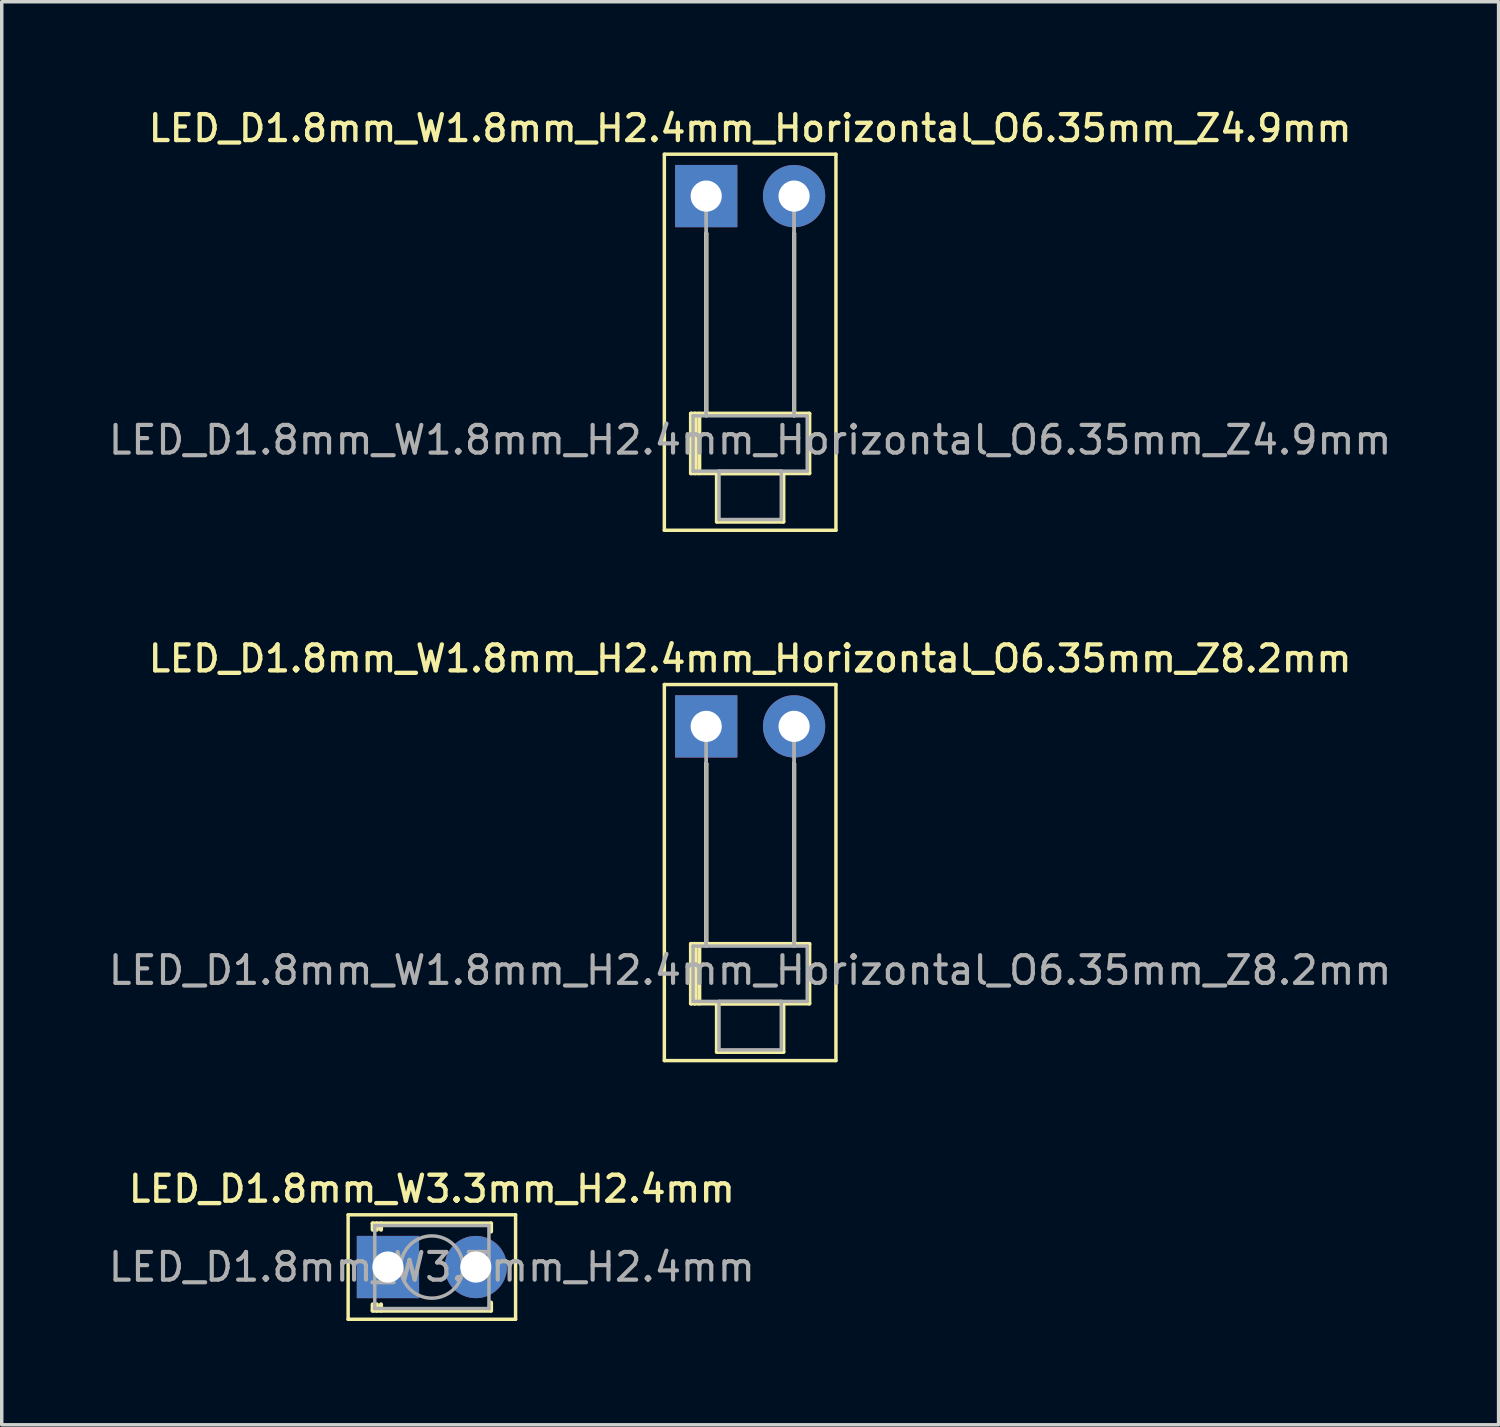
<source format=kicad_pcb>
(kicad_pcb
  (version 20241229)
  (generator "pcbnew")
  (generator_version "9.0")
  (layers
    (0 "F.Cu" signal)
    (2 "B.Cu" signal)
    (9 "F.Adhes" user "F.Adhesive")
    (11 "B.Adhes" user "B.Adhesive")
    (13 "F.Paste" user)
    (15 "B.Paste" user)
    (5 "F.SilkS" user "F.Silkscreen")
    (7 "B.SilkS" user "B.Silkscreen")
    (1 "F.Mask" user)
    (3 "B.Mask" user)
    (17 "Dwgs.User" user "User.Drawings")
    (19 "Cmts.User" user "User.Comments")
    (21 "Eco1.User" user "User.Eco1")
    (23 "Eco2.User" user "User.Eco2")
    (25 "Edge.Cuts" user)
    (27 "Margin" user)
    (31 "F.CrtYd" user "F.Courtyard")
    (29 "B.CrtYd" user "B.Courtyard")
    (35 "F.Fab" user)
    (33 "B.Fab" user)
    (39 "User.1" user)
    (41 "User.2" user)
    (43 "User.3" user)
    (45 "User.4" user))
  (footprint "LED_D1.8mm_W1.8mm_H2.4mm_Horizontal_O6.35mm_Z8.2mm"
    (layer "F.Cu")
    (at 17.363 17.946)
    (property "Reference" "LED_D1.8mm_W1.8mm_H2.4mm_Horizontal_O6.35mm_Z8.2mm" (at 1.27 -1.96 0) (layer "F.SilkS") (effects (font (size 0.75 0.75) (thickness 0.125))))
    (attr through_hole)
    (fp_line (start -1.21 -1.21) (end -1.21 9.66) (stroke (width 0.1) (type solid)) (layer "F.SilkS"))
    (fp_line (start -1.21 9.66) (end 3.75 9.66) (stroke (width 0.1) (type solid)) (layer "F.SilkS"))
    (fp_line (start -0.44 6.29) (end -0.44 8.01) (stroke (width 0.12) (type solid)) (layer "F.SilkS"))
    (fp_line (start -0.44 8.01) (end 2.98 8.01) (stroke (width 0.12) (type solid)) (layer "F.SilkS"))
    (fp_line (start -0.32 6.29) (end -0.32 8.01) (stroke (width 0.12) (type solid)) (layer "F.SilkS"))
    (fp_line (start -0.2 6.29) (end -0.2 8.01) (stroke (width 0.12) (type solid)) (layer "F.SilkS"))
    (fp_line (start 0 1.08) (end 0 1.08) (stroke (width 0.12) (type solid)) (layer "F.SilkS"))
    (fp_line (start 0 1.08) (end 0 6.29) (stroke (width 0.12) (type solid)) (layer "F.SilkS"))
    (fp_line (start 0 6.29) (end 0 1.08) (stroke (width 0.12) (type solid)) (layer "F.SilkS"))
    (fp_line (start 0 6.29) (end 0 6.29) (stroke (width 0.12) (type solid)) (layer "F.SilkS"))
    (fp_line (start 0.31 8.01) (end 0.31 9.41) (stroke (width 0.12) (type solid)) (layer "F.SilkS"))
    (fp_line (start 0.31 9.41) (end 2.23 9.41) (stroke (width 0.12) (type solid)) (layer "F.SilkS"))
    (fp_line (start 2.23 8.01) (end 0.31 8.01) (stroke (width 0.12) (type solid)) (layer "F.SilkS"))
    (fp_line (start 2.23 9.41) (end 2.23 8.01) (stroke (width 0.12) (type solid)) (layer "F.SilkS"))
    (fp_line (start 2.54 1.08) (end 2.54 1.08) (stroke (width 0.12) (type solid)) (layer "F.SilkS"))
    (fp_line (start 2.54 1.08) (end 2.54 6.29) (stroke (width 0.12) (type solid)) (layer "F.SilkS"))
    (fp_line (start 2.54 6.29) (end 2.54 1.08) (stroke (width 0.12) (type solid)) (layer "F.SilkS"))
    (fp_line (start 2.54 6.29) (end 2.54 6.29) (stroke (width 0.12) (type solid)) (layer "F.SilkS"))
    (fp_line (start 2.98 6.29) (end -0.44 6.29) (stroke (width 0.12) (type solid)) (layer "F.SilkS"))
    (fp_line (start 2.98 8.01) (end 2.98 6.29) (stroke (width 0.12) (type solid)) (layer "F.SilkS"))
    (fp_line (start 3.75 -1.21) (end -1.21 -1.21) (stroke (width 0.1) (type solid)) (layer "F.SilkS"))
    (fp_line (start 3.75 9.66) (end 3.75 -1.21) (stroke (width 0.1) (type solid)) (layer "F.SilkS"))
    (fp_line (start -0.38 6.35) (end -0.38 7.95) (stroke (width 0.1) (type solid)) (layer "F.Fab"))
    (fp_line (start -0.38 7.95) (end 2.92 7.95) (stroke (width 0.1) (type solid)) (layer "F.Fab"))
    (fp_line (start 0 0) (end 0 0) (stroke (width 0.1) (type solid)) (layer "F.Fab"))
    (fp_line (start 0 0) (end 0 6.35) (stroke (width 0.1) (type solid)) (layer "F.Fab"))
    (fp_line (start 0 6.35) (end 0 0) (stroke (width 0.1) (type solid)) (layer "F.Fab"))
    (fp_line (start 0 6.35) (end 0 6.35) (stroke (width 0.1) (type solid)) (layer "F.Fab"))
    (fp_line (start 0.37 7.95) (end 0.37 9.35) (stroke (width 0.1) (type solid)) (layer "F.Fab"))
    (fp_line (start 0.37 9.35) (end 2.17 9.35) (stroke (width 0.1) (type solid)) (layer "F.Fab"))
    (fp_line (start 2.17 7.95) (end 0.37 7.95) (stroke (width 0.1) (type solid)) (layer "F.Fab"))
    (fp_line (start 2.17 9.35) (end 2.17 7.95) (stroke (width 0.1) (type solid)) (layer "F.Fab"))
    (fp_line (start 2.54 0) (end 2.54 0) (stroke (width 0.1) (type solid)) (layer "F.Fab"))
    (fp_line (start 2.54 0) (end 2.54 6.35) (stroke (width 0.1) (type solid)) (layer "F.Fab"))
    (fp_line (start 2.54 6.35) (end 2.54 0) (stroke (width 0.1) (type solid)) (layer "F.Fab"))
    (fp_line (start 2.54 6.35) (end 2.54 6.35) (stroke (width 0.1) (type solid)) (layer "F.Fab"))
    (fp_line (start 2.92 6.35) (end -0.38 6.35) (stroke (width 0.1) (type solid)) (layer "F.Fab"))
    (fp_line (start 2.92 7.95) (end 2.92 6.35) (stroke (width 0.1) (type solid)) (layer "F.Fab"))
    (fp_text user "${REFERENCE}" (at 1.27 7.05 0) (layer "F.Fab") (effects (font (size 0.8 0.8) (thickness 0.12))))
    (pad "1" thru_hole rect (at 0 0) (size 1.8 1.8) (drill 0.9) (layers "*.Cu" "*.Mask"))
    (pad "2" thru_hole circle (at 2.54 0) (size 1.8 1.8) (drill 0.9) (layers "*.Cu" "*.Mask")))
  (footprint "LED_D1.8mm_W1.8mm_H2.4mm_Horizontal_O6.35mm_Z4.9mm"
    (layer "F.Cu")
    (at 17.363 2.618)
    (property "Reference" "LED_D1.8mm_W1.8mm_H2.4mm_Horizontal_O6.35mm_Z4.9mm" (at 1.27 -1.96 0) (layer "F.SilkS") (effects (font (size 0.75 0.75) (thickness 0.125))))
    (attr through_hole)
    (fp_line (start -1.21 -1.21) (end -1.21 9.66) (stroke (width 0.1) (type solid)) (layer "F.SilkS"))
    (fp_line (start -1.21 9.66) (end 3.75 9.66) (stroke (width 0.1) (type solid)) (layer "F.SilkS"))
    (fp_line (start -0.44 6.29) (end -0.44 8.01) (stroke (width 0.12) (type solid)) (layer "F.SilkS"))
    (fp_line (start -0.44 8.01) (end 2.98 8.01) (stroke (width 0.12) (type solid)) (layer "F.SilkS"))
    (fp_line (start -0.32 6.29) (end -0.32 8.01) (stroke (width 0.12) (type solid)) (layer "F.SilkS"))
    (fp_line (start -0.2 6.29) (end -0.2 8.01) (stroke (width 0.12) (type solid)) (layer "F.SilkS"))
    (fp_line (start 0 1.08) (end 0 1.08) (stroke (width 0.12) (type solid)) (layer "F.SilkS"))
    (fp_line (start 0 1.08) (end 0 6.29) (stroke (width 0.12) (type solid)) (layer "F.SilkS"))
    (fp_line (start 0 6.29) (end 0 1.08) (stroke (width 0.12) (type solid)) (layer "F.SilkS"))
    (fp_line (start 0 6.29) (end 0 6.29) (stroke (width 0.12) (type solid)) (layer "F.SilkS"))
    (fp_line (start 0.31 8.01) (end 0.31 9.41) (stroke (width 0.12) (type solid)) (layer "F.SilkS"))
    (fp_line (start 0.31 9.41) (end 2.23 9.41) (stroke (width 0.12) (type solid)) (layer "F.SilkS"))
    (fp_line (start 2.23 8.01) (end 0.31 8.01) (stroke (width 0.12) (type solid)) (layer "F.SilkS"))
    (fp_line (start 2.23 9.41) (end 2.23 8.01) (stroke (width 0.12) (type solid)) (layer "F.SilkS"))
    (fp_line (start 2.54 1.08) (end 2.54 1.08) (stroke (width 0.12) (type solid)) (layer "F.SilkS"))
    (fp_line (start 2.54 1.08) (end 2.54 6.29) (stroke (width 0.12) (type solid)) (layer "F.SilkS"))
    (fp_line (start 2.54 6.29) (end 2.54 1.08) (stroke (width 0.12) (type solid)) (layer "F.SilkS"))
    (fp_line (start 2.54 6.29) (end 2.54 6.29) (stroke (width 0.12) (type solid)) (layer "F.SilkS"))
    (fp_line (start 2.98 6.29) (end -0.44 6.29) (stroke (width 0.12) (type solid)) (layer "F.SilkS"))
    (fp_line (start 2.98 8.01) (end 2.98 6.29) (stroke (width 0.12) (type solid)) (layer "F.SilkS"))
    (fp_line (start 3.75 -1.21) (end -1.21 -1.21) (stroke (width 0.1) (type solid)) (layer "F.SilkS"))
    (fp_line (start 3.75 9.66) (end 3.75 -1.21) (stroke (width 0.1) (type solid)) (layer "F.SilkS"))
    (fp_line (start -0.38 6.35) (end -0.38 7.95) (stroke (width 0.1) (type solid)) (layer "F.Fab"))
    (fp_line (start -0.38 7.95) (end 2.92 7.95) (stroke (width 0.1) (type solid)) (layer "F.Fab"))
    (fp_line (start 0 0) (end 0 0) (stroke (width 0.1) (type solid)) (layer "F.Fab"))
    (fp_line (start 0 0) (end 0 6.35) (stroke (width 0.1) (type solid)) (layer "F.Fab"))
    (fp_line (start 0 6.35) (end 0 0) (stroke (width 0.1) (type solid)) (layer "F.Fab"))
    (fp_line (start 0 6.35) (end 0 6.35) (stroke (width 0.1) (type solid)) (layer "F.Fab"))
    (fp_line (start 0.37 7.95) (end 0.37 9.35) (stroke (width 0.1) (type solid)) (layer "F.Fab"))
    (fp_line (start 0.37 9.35) (end 2.17 9.35) (stroke (width 0.1) (type solid)) (layer "F.Fab"))
    (fp_line (start 2.17 7.95) (end 0.37 7.95) (stroke (width 0.1) (type solid)) (layer "F.Fab"))
    (fp_line (start 2.17 9.35) (end 2.17 7.95) (stroke (width 0.1) (type solid)) (layer "F.Fab"))
    (fp_line (start 2.54 0) (end 2.54 0) (stroke (width 0.1) (type solid)) (layer "F.Fab"))
    (fp_line (start 2.54 0) (end 2.54 6.35) (stroke (width 0.1) (type solid)) (layer "F.Fab"))
    (fp_line (start 2.54 6.35) (end 2.54 0) (stroke (width 0.1) (type solid)) (layer "F.Fab"))
    (fp_line (start 2.54 6.35) (end 2.54 6.35) (stroke (width 0.1) (type solid)) (layer "F.Fab"))
    (fp_line (start 2.92 6.35) (end -0.38 6.35) (stroke (width 0.1) (type solid)) (layer "F.Fab"))
    (fp_line (start 2.92 7.95) (end 2.92 6.35) (stroke (width 0.1) (type solid)) (layer "F.Fab"))
    (fp_text user "${REFERENCE}" (at 1.27 7.05 0) (layer "F.Fab") (effects (font (size 0.8 0.8) (thickness 0.12))))
    (pad "1" thru_hole rect (at 0 0) (size 1.8 1.8) (drill 0.9) (layers "*.Cu" "*.Mask"))
    (pad "2" thru_hole circle (at 2.54 0) (size 1.8 1.8) (drill 0.9) (layers "*.Cu" "*.Mask")))
  (footprint "LED_D1.8mm_W3.3mm_H2.4mm"
    (layer "F.Cu")
    (at 8.163 33.574)
    (property "Reference" "LED_D1.8mm_W3.3mm_H2.4mm" (at 1.27 -2.26 0) (layer "F.SilkS") (effects (font (size 0.75 0.75) (thickness 0.125))))
    (attr through_hole)
    (fp_line (start -1.15 -1.51) (end -1.15 1.51) (stroke (width 0.1) (type solid)) (layer "F.SilkS"))
    (fp_line (start -1.15 1.51) (end 3.69 1.51) (stroke (width 0.1) (type solid)) (layer "F.SilkS"))
    (fp_line (start -0.44 -1.26) (end -0.44 -1.08) (stroke (width 0.12) (type solid)) (layer "F.SilkS"))
    (fp_line (start -0.44 -1.26) (end 2.98 -1.26) (stroke (width 0.12) (type solid)) (layer "F.SilkS"))
    (fp_line (start -0.44 1.08) (end -0.44 1.26) (stroke (width 0.12) (type solid)) (layer "F.SilkS"))
    (fp_line (start -0.44 1.26) (end 2.98 1.26) (stroke (width 0.12) (type solid)) (layer "F.SilkS"))
    (fp_line (start -0.32 -1.26) (end -0.32 -1.08) (stroke (width 0.12) (type solid)) (layer "F.SilkS"))
    (fp_line (start -0.32 1.08) (end -0.32 1.26) (stroke (width 0.12) (type solid)) (layer "F.SilkS"))
    (fp_line (start -0.2 -1.26) (end -0.2 -1.08) (stroke (width 0.12) (type solid)) (layer "F.SilkS"))
    (fp_line (start -0.2 1.08) (end -0.2 1.26) (stroke (width 0.12) (type solid)) (layer "F.SilkS"))
    (fp_line (start 2.98 -1.26) (end 2.98 -1.028) (stroke (width 0.12) (type solid)) (layer "F.SilkS"))
    (fp_line (start 2.98 1.028) (end 2.98 1.26) (stroke (width 0.12) (type solid)) (layer "F.SilkS"))
    (fp_line (start 3.69 -1.51) (end -1.15 -1.51) (stroke (width 0.1) (type solid)) (layer "F.SilkS"))
    (fp_line (start 3.69 1.51) (end 3.69 -1.51) (stroke (width 0.1) (type solid)) (layer "F.SilkS"))
    (fp_line (start -0.38 -1.2) (end -0.38 1.2) (stroke (width 0.1) (type solid)) (layer "F.Fab"))
    (fp_line (start -0.38 1.2) (end 2.92 1.2) (stroke (width 0.1) (type solid)) (layer "F.Fab"))
    (fp_line (start 2.92 -1.2) (end -0.38 -1.2) (stroke (width 0.1) (type solid)) (layer "F.Fab"))
    (fp_line (start 2.92 1.2) (end 2.92 -1.2) (stroke (width 0.1) (type solid)) (layer "F.Fab"))
    (fp_circle (center 1.27 0) (end 2.17 0) (stroke (width 0.1) (type solid)) (fill no) (layer "F.Fab"))
    (fp_text user "${REFERENCE}" (at 1.27 0 0) (layer "F.Fab") (effects (font (size 0.8 0.8) (thickness 0.12))))
    (pad "1" thru_hole rect (at 0 0) (size 1.8 1.8) (drill 0.9) (layers "*.Cu" "*.Mask"))
    (pad "2" thru_hole circle (at 2.54 0) (size 1.8 1.8) (drill 0.9) (layers "*.Cu" "*.Mask")))
  (gr_rect
    (start -3 -3)
    (end 40.267 38.134)
    (stroke (width 0.1) (type default))
    (fill no)
    (layer "Edge.Cuts")))
</source>
